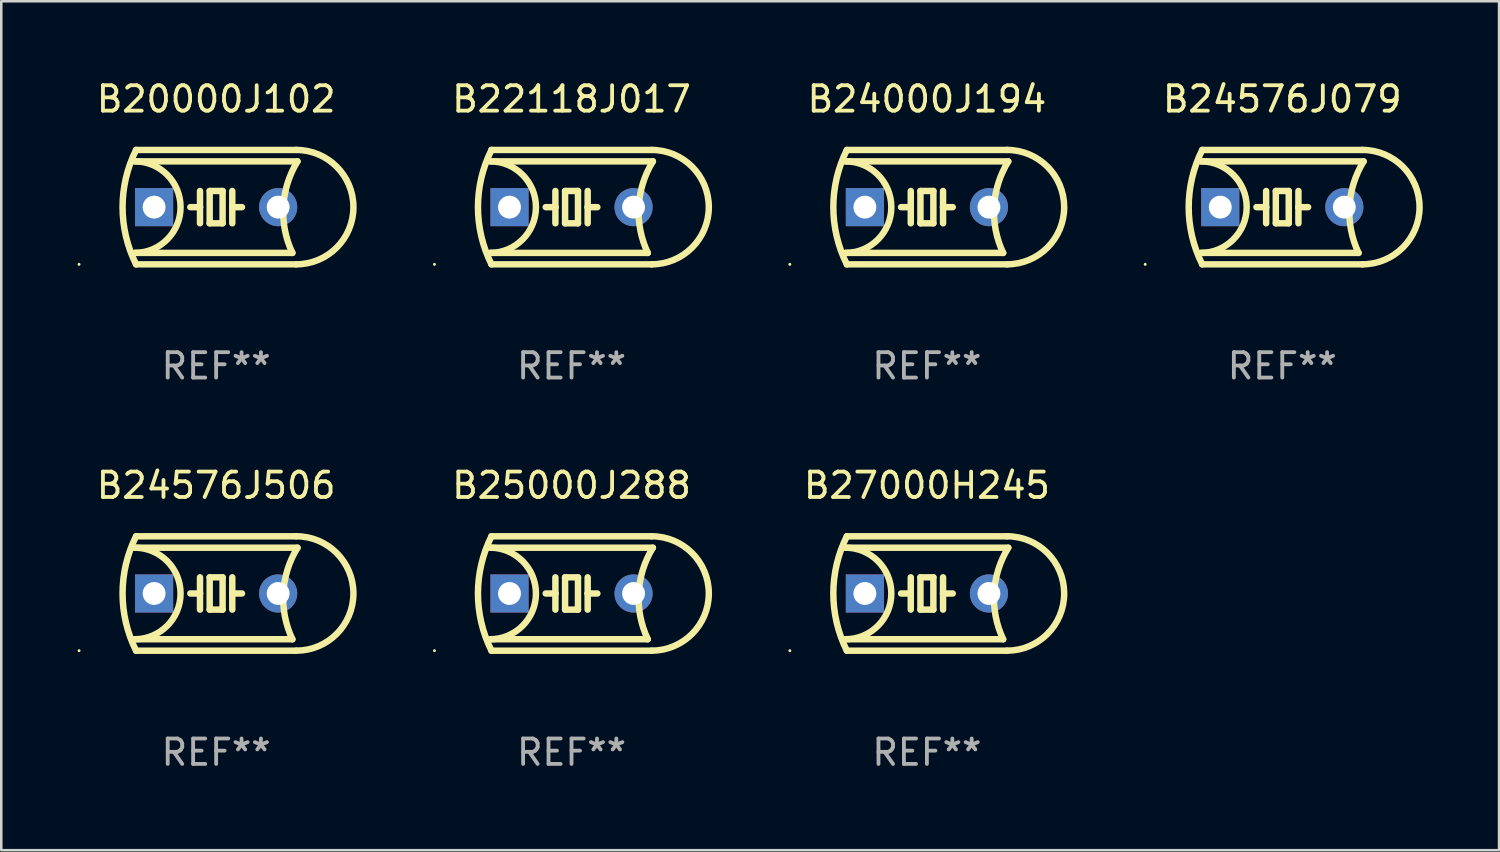
<source format=kicad_pcb>
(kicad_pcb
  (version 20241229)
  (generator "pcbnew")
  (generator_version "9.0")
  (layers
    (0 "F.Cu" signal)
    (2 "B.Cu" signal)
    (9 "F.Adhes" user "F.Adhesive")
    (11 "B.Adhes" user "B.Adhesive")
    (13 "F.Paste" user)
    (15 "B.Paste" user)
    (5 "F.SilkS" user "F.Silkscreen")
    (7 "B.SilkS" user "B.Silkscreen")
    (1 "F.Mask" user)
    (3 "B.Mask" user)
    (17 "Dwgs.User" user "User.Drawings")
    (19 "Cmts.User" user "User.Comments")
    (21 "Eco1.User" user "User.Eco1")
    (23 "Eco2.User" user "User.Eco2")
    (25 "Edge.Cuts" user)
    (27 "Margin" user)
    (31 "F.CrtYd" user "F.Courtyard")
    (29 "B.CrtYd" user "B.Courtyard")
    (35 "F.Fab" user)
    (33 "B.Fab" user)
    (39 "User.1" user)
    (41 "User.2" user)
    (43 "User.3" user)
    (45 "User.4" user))
  (footprint "B24000J194"
    (layer "F.Cu")
    (at 33.411 5.098)
    (property "Reference" "B24000J194" (at 0 -4.25 0) (layer "F.SilkS") (effects (font (size 1 1) (thickness 0.15))))
    (attr through_hole)
    (fp_line (start -3.2 -1.8) (end 3.2 -1.8) (stroke (width 0.254) (type solid)) (layer "F.SilkS"))
    (fp_line (start -3.15 2.25) (end 3.15 2.25) (stroke (width 0.254) (type solid)) (layer "F.SilkS"))
    (fp_line (start -0.635 -0.635) (end -0.635 0) (stroke (width 0.254) (type solid)) (layer "F.SilkS"))
    (fp_line (start -0.635 0) (end -1.016 0) (stroke (width 0.254) (type solid)) (layer "F.SilkS"))
    (fp_line (start -0.635 0) (end -0.635 0.635) (stroke (width 0.254) (type solid)) (layer "F.SilkS"))
    (fp_line (start -0.254 -0.635) (end -0.254 0.635) (stroke (width 0.254) (type solid)) (layer "F.SilkS"))
    (fp_line (start -0.254 0.635) (end 0.254 0.635) (stroke (width 0.254) (type solid)) (layer "F.SilkS"))
    (fp_line (start 0.254 -0.635) (end -0.254 -0.635) (stroke (width 0.254) (type solid)) (layer "F.SilkS"))
    (fp_line (start 0.254 0.635) (end 0.254 -0.635) (stroke (width 0.254) (type solid)) (layer "F.SilkS"))
    (fp_line (start 0.635 -0.635) (end 0.635 0) (stroke (width 0.254) (type solid)) (layer "F.SilkS"))
    (fp_line (start 0.635 0) (end 0.635 0.635) (stroke (width 0.254) (type solid)) (layer "F.SilkS"))
    (fp_line (start 0.635 0) (end 1.016 0) (stroke (width 0.254) (type solid)) (layer "F.SilkS"))
    (fp_line (start 3 1.8) (end -3.2 1.8) (stroke (width 0.254) (type solid)) (layer "F.SilkS"))
    (fp_line (start 3.15 -2.25) (end -3.15 -2.25) (stroke (width 0.254) (type solid)) (layer "F.SilkS"))
    (fp_arc (start -3.200406 -1.800864) (mid -1.399974 -0.000635) (end -3.2 1.8) (stroke (width 0.254001) (type solid)) (layer "F.SilkS"))
    (fp_arc (start -3.149606 2.250444) (mid -3.680941 0.000261) (end -3.149987 -2.250013) (stroke (width 0.254001) (type solid)) (layer "F.SilkS"))
    (fp_arc (start 2.999746 1.800863) (mid 2.642982 -0.024977) (end 3.2 -1.8) (stroke (width 0.254001) (type solid)) (layer "F.SilkS"))
    (fp_arc (start 3.149607 -2.250445) (mid 5.399848 -0.000406) (end 3.149987 2.250013) (stroke (width 0.254001) (type solid)) (layer "F.SilkS"))
    (fp_circle (center -5.392 2.25) (end -5.362 2.25) (stroke (width 0.06) (type solid)) (fill no) (layer "F.SilkS"))
    (fp_text user "REF**" (at 0 6.25 0) (layer "F.Fab") (effects (font (size 1 1) (thickness 0.15))))
    (pad "1" thru_hole rect (at -2.44 0) (size 1.5 1.5) (drill 0.9) (layers "*.Cu" "*.Mask"))
    (pad "2" thru_hole circle (at 2.44 0) (size 1.5 1.5) (drill 0.9) (layers "*.Cu" "*.Mask")))
  (footprint "B24576J079"
    (layer "F.Cu")
    (at 47.39 5.098)
    (property "Reference" "B24576J079" (at 0 -4.25 0) (layer "F.SilkS") (effects (font (size 1 1) (thickness 0.15))))
    (attr through_hole)
    (fp_line (start -3.2 -1.8) (end 3.2 -1.8) (stroke (width 0.254) (type solid)) (layer "F.SilkS"))
    (fp_line (start -3.15 2.25) (end 3.15 2.25) (stroke (width 0.254) (type solid)) (layer "F.SilkS"))
    (fp_line (start -0.635 -0.635) (end -0.635 0) (stroke (width 0.254) (type solid)) (layer "F.SilkS"))
    (fp_line (start -0.635 0) (end -1.016 0) (stroke (width 0.254) (type solid)) (layer "F.SilkS"))
    (fp_line (start -0.635 0) (end -0.635 0.635) (stroke (width 0.254) (type solid)) (layer "F.SilkS"))
    (fp_line (start -0.254 -0.635) (end -0.254 0.635) (stroke (width 0.254) (type solid)) (layer "F.SilkS"))
    (fp_line (start -0.254 0.635) (end 0.254 0.635) (stroke (width 0.254) (type solid)) (layer "F.SilkS"))
    (fp_line (start 0.254 -0.635) (end -0.254 -0.635) (stroke (width 0.254) (type solid)) (layer "F.SilkS"))
    (fp_line (start 0.254 0.635) (end 0.254 -0.635) (stroke (width 0.254) (type solid)) (layer "F.SilkS"))
    (fp_line (start 0.635 -0.635) (end 0.635 0) (stroke (width 0.254) (type solid)) (layer "F.SilkS"))
    (fp_line (start 0.635 0) (end 0.635 0.635) (stroke (width 0.254) (type solid)) (layer "F.SilkS"))
    (fp_line (start 0.635 0) (end 1.016 0) (stroke (width 0.254) (type solid)) (layer "F.SilkS"))
    (fp_line (start 3 1.8) (end -3.2 1.8) (stroke (width 0.254) (type solid)) (layer "F.SilkS"))
    (fp_line (start 3.15 -2.25) (end -3.15 -2.25) (stroke (width 0.254) (type solid)) (layer "F.SilkS"))
    (fp_arc (start -3.200406 -1.800864) (mid -1.399974 -0.000635) (end -3.2 1.8) (stroke (width 0.254001) (type solid)) (layer "F.SilkS"))
    (fp_arc (start -3.149606 2.250444) (mid -3.680941 0.000261) (end -3.149987 -2.250013) (stroke (width 0.254001) (type solid)) (layer "F.SilkS"))
    (fp_arc (start 2.999746 1.800863) (mid 2.642982 -0.024977) (end 3.2 -1.8) (stroke (width 0.254001) (type solid)) (layer "F.SilkS"))
    (fp_arc (start 3.149607 -2.250445) (mid 5.399848 -0.000406) (end 3.149987 2.250013) (stroke (width 0.254001) (type solid)) (layer "F.SilkS"))
    (fp_circle (center -5.392 2.25) (end -5.362 2.25) (stroke (width 0.06) (type solid)) (fill no) (layer "F.SilkS"))
    (fp_text user "REF**" (at 0 6.25 0) (layer "F.Fab") (effects (font (size 1 1) (thickness 0.15))))
    (pad "1" thru_hole rect (at -2.44 0) (size 1.5 1.5) (drill 0.9) (layers "*.Cu" "*.Mask"))
    (pad "2" thru_hole circle (at 2.44 0) (size 1.5 1.5) (drill 0.9) (layers "*.Cu" "*.Mask")))
  (footprint "B27000H245"
    (layer "F.Cu")
    (at 33.411 20.295)
    (property "Reference" "B27000H245" (at 0 -4.25 0) (layer "F.SilkS") (effects (font (size 1 1) (thickness 0.15))))
    (attr through_hole)
    (fp_line (start -3.2 -1.8) (end 3.2 -1.8) (stroke (width 0.254) (type solid)) (layer "F.SilkS"))
    (fp_line (start -3.15 2.25) (end 3.15 2.25) (stroke (width 0.254) (type solid)) (layer "F.SilkS"))
    (fp_line (start -0.635 -0.635) (end -0.635 0) (stroke (width 0.254) (type solid)) (layer "F.SilkS"))
    (fp_line (start -0.635 0) (end -1.016 0) (stroke (width 0.254) (type solid)) (layer "F.SilkS"))
    (fp_line (start -0.635 0) (end -0.635 0.635) (stroke (width 0.254) (type solid)) (layer "F.SilkS"))
    (fp_line (start -0.254 -0.635) (end -0.254 0.635) (stroke (width 0.254) (type solid)) (layer "F.SilkS"))
    (fp_line (start -0.254 0.635) (end 0.254 0.635) (stroke (width 0.254) (type solid)) (layer "F.SilkS"))
    (fp_line (start 0.254 -0.635) (end -0.254 -0.635) (stroke (width 0.254) (type solid)) (layer "F.SilkS"))
    (fp_line (start 0.254 0.635) (end 0.254 -0.635) (stroke (width 0.254) (type solid)) (layer "F.SilkS"))
    (fp_line (start 0.635 -0.635) (end 0.635 0) (stroke (width 0.254) (type solid)) (layer "F.SilkS"))
    (fp_line (start 0.635 0) (end 0.635 0.635) (stroke (width 0.254) (type solid)) (layer "F.SilkS"))
    (fp_line (start 0.635 0) (end 1.016 0) (stroke (width 0.254) (type solid)) (layer "F.SilkS"))
    (fp_line (start 3 1.8) (end -3.2 1.8) (stroke (width 0.254) (type solid)) (layer "F.SilkS"))
    (fp_line (start 3.15 -2.25) (end -3.15 -2.25) (stroke (width 0.254) (type solid)) (layer "F.SilkS"))
    (fp_arc (start -3.200406 -1.800864) (mid -1.399974 -0.000635) (end -3.2 1.8) (stroke (width 0.254001) (type solid)) (layer "F.SilkS"))
    (fp_arc (start -3.149606 2.250444) (mid -3.680941 0.000261) (end -3.149987 -2.250013) (stroke (width 0.254001) (type solid)) (layer "F.SilkS"))
    (fp_arc (start 2.999746 1.800863) (mid 2.642982 -0.024977) (end 3.2 -1.8) (stroke (width 0.254001) (type solid)) (layer "F.SilkS"))
    (fp_arc (start 3.149607 -2.250445) (mid 5.399848 -0.000406) (end 3.149987 2.250013) (stroke (width 0.254001) (type solid)) (layer "F.SilkS"))
    (fp_circle (center -5.392 2.25) (end -5.362 2.25) (stroke (width 0.06) (type solid)) (fill no) (layer "F.SilkS"))
    (fp_text user "REF**" (at 0 6.25 0) (layer "F.Fab") (effects (font (size 1 1) (thickness 0.15))))
    (pad "1" thru_hole rect (at -2.44 0) (size 1.5 1.5) (drill 0.9) (layers "*.Cu" "*.Mask"))
    (pad "2" thru_hole circle (at 2.44 0) (size 1.5 1.5) (drill 0.9) (layers "*.Cu" "*.Mask")))
  (footprint "B25000J288"
    (layer "F.Cu")
    (at 19.432 20.295)
    (property "Reference" "B25000J288" (at 0 -4.25 0) (layer "F.SilkS") (effects (font (size 1 1) (thickness 0.15))))
    (attr through_hole)
    (fp_line (start -3.2 -1.8) (end 3.2 -1.8) (stroke (width 0.254) (type solid)) (layer "F.SilkS"))
    (fp_line (start -3.15 2.25) (end 3.15 2.25) (stroke (width 0.254) (type solid)) (layer "F.SilkS"))
    (fp_line (start -0.635 -0.635) (end -0.635 0) (stroke (width 0.254) (type solid)) (layer "F.SilkS"))
    (fp_line (start -0.635 0) (end -1.016 0) (stroke (width 0.254) (type solid)) (layer "F.SilkS"))
    (fp_line (start -0.635 0) (end -0.635 0.635) (stroke (width 0.254) (type solid)) (layer "F.SilkS"))
    (fp_line (start -0.254 -0.635) (end -0.254 0.635) (stroke (width 0.254) (type solid)) (layer "F.SilkS"))
    (fp_line (start -0.254 0.635) (end 0.254 0.635) (stroke (width 0.254) (type solid)) (layer "F.SilkS"))
    (fp_line (start 0.254 -0.635) (end -0.254 -0.635) (stroke (width 0.254) (type solid)) (layer "F.SilkS"))
    (fp_line (start 0.254 0.635) (end 0.254 -0.635) (stroke (width 0.254) (type solid)) (layer "F.SilkS"))
    (fp_line (start 0.635 -0.635) (end 0.635 0) (stroke (width 0.254) (type solid)) (layer "F.SilkS"))
    (fp_line (start 0.635 0) (end 0.635 0.635) (stroke (width 0.254) (type solid)) (layer "F.SilkS"))
    (fp_line (start 0.635 0) (end 1.016 0) (stroke (width 0.254) (type solid)) (layer "F.SilkS"))
    (fp_line (start 3 1.8) (end -3.2 1.8) (stroke (width 0.254) (type solid)) (layer "F.SilkS"))
    (fp_line (start 3.15 -2.25) (end -3.15 -2.25) (stroke (width 0.254) (type solid)) (layer "F.SilkS"))
    (fp_arc (start -3.200406 -1.800864) (mid -1.399974 -0.000635) (end -3.2 1.8) (stroke (width 0.254001) (type solid)) (layer "F.SilkS"))
    (fp_arc (start -3.149606 2.250444) (mid -3.680941 0.000261) (end -3.149987 -2.250013) (stroke (width 0.254001) (type solid)) (layer "F.SilkS"))
    (fp_arc (start 2.999746 1.800863) (mid 2.642982 -0.024977) (end 3.2 -1.8) (stroke (width 0.254001) (type solid)) (layer "F.SilkS"))
    (fp_arc (start 3.149607 -2.250445) (mid 5.399848 -0.000406) (end 3.149987 2.250013) (stroke (width 0.254001) (type solid)) (layer "F.SilkS"))
    (fp_circle (center -5.392 2.25) (end -5.362 2.25) (stroke (width 0.06) (type solid)) (fill no) (layer "F.SilkS"))
    (fp_text user "REF**" (at 0 6.25 0) (layer "F.Fab") (effects (font (size 1 1) (thickness 0.15))))
    (pad "1" thru_hole rect (at -2.44 0) (size 1.5 1.5) (drill 0.9) (layers "*.Cu" "*.Mask"))
    (pad "2" thru_hole circle (at 2.44 0) (size 1.5 1.5) (drill 0.9) (layers "*.Cu" "*.Mask")))
  (footprint "B20000J102"
    (layer "F.Cu")
    (at 5.452 5.098)
    (property "Reference" "B20000J102" (at 0 -4.25 0) (layer "F.SilkS") (effects (font (size 1 1) (thickness 0.15))))
    (attr through_hole)
    (fp_line (start -3.2 -1.8) (end 3.2 -1.8) (stroke (width 0.254) (type solid)) (layer "F.SilkS"))
    (fp_line (start -3.15 2.25) (end 3.15 2.25) (stroke (width 0.254) (type solid)) (layer "F.SilkS"))
    (fp_line (start -0.635 -0.635) (end -0.635 0) (stroke (width 0.254) (type solid)) (layer "F.SilkS"))
    (fp_line (start -0.635 0) (end -1.016 0) (stroke (width 0.254) (type solid)) (layer "F.SilkS"))
    (fp_line (start -0.635 0) (end -0.635 0.635) (stroke (width 0.254) (type solid)) (layer "F.SilkS"))
    (fp_line (start -0.254 -0.635) (end -0.254 0.635) (stroke (width 0.254) (type solid)) (layer "F.SilkS"))
    (fp_line (start -0.254 0.635) (end 0.254 0.635) (stroke (width 0.254) (type solid)) (layer "F.SilkS"))
    (fp_line (start 0.254 -0.635) (end -0.254 -0.635) (stroke (width 0.254) (type solid)) (layer "F.SilkS"))
    (fp_line (start 0.254 0.635) (end 0.254 -0.635) (stroke (width 0.254) (type solid)) (layer "F.SilkS"))
    (fp_line (start 0.635 -0.635) (end 0.635 0) (stroke (width 0.254) (type solid)) (layer "F.SilkS"))
    (fp_line (start 0.635 0) (end 0.635 0.635) (stroke (width 0.254) (type solid)) (layer "F.SilkS"))
    (fp_line (start 0.635 0) (end 1.016 0) (stroke (width 0.254) (type solid)) (layer "F.SilkS"))
    (fp_line (start 3 1.8) (end -3.2 1.8) (stroke (width 0.254) (type solid)) (layer "F.SilkS"))
    (fp_line (start 3.15 -2.25) (end -3.15 -2.25) (stroke (width 0.254) (type solid)) (layer "F.SilkS"))
    (fp_arc (start -3.200406 -1.800864) (mid -1.399974 -0.000635) (end -3.2 1.8) (stroke (width 0.254001) (type solid)) (layer "F.SilkS"))
    (fp_arc (start -3.149606 2.250444) (mid -3.680941 0.000261) (end -3.149987 -2.250013) (stroke (width 0.254001) (type solid)) (layer "F.SilkS"))
    (fp_arc (start 2.999746 1.800863) (mid 2.642982 -0.024977) (end 3.2 -1.8) (stroke (width 0.254001) (type solid)) (layer "F.SilkS"))
    (fp_arc (start 3.149607 -2.250445) (mid 5.399848 -0.000406) (end 3.149987 2.250013) (stroke (width 0.254001) (type solid)) (layer "F.SilkS"))
    (fp_circle (center -5.392 2.25) (end -5.362 2.25) (stroke (width 0.06) (type solid)) (fill no) (layer "F.SilkS"))
    (fp_text user "REF**" (at 0 6.25 0) (layer "F.Fab") (effects (font (size 1 1) (thickness 0.15))))
    (pad "1" thru_hole rect (at -2.44 0) (size 1.5 1.5) (drill 0.9) (layers "*.Cu" "*.Mask"))
    (pad "2" thru_hole circle (at 2.44 0) (size 1.5 1.5) (drill 0.9) (layers "*.Cu" "*.Mask")))
  (footprint "B24576J506"
    (layer "F.Cu")
    (at 5.452 20.295)
    (property "Reference" "B24576J506" (at 0 -4.25 0) (layer "F.SilkS") (effects (font (size 1 1) (thickness 0.15))))
    (attr through_hole)
    (fp_line (start -3.2 -1.8) (end 3.2 -1.8) (stroke (width 0.254) (type solid)) (layer "F.SilkS"))
    (fp_line (start -3.15 2.25) (end 3.15 2.25) (stroke (width 0.254) (type solid)) (layer "F.SilkS"))
    (fp_line (start -0.635 -0.635) (end -0.635 0) (stroke (width 0.254) (type solid)) (layer "F.SilkS"))
    (fp_line (start -0.635 0) (end -1.016 0) (stroke (width 0.254) (type solid)) (layer "F.SilkS"))
    (fp_line (start -0.635 0) (end -0.635 0.635) (stroke (width 0.254) (type solid)) (layer "F.SilkS"))
    (fp_line (start -0.254 -0.635) (end -0.254 0.635) (stroke (width 0.254) (type solid)) (layer "F.SilkS"))
    (fp_line (start -0.254 0.635) (end 0.254 0.635) (stroke (width 0.254) (type solid)) (layer "F.SilkS"))
    (fp_line (start 0.254 -0.635) (end -0.254 -0.635) (stroke (width 0.254) (type solid)) (layer "F.SilkS"))
    (fp_line (start 0.254 0.635) (end 0.254 -0.635) (stroke (width 0.254) (type solid)) (layer "F.SilkS"))
    (fp_line (start 0.635 -0.635) (end 0.635 0) (stroke (width 0.254) (type solid)) (layer "F.SilkS"))
    (fp_line (start 0.635 0) (end 0.635 0.635) (stroke (width 0.254) (type solid)) (layer "F.SilkS"))
    (fp_line (start 0.635 0) (end 1.016 0) (stroke (width 0.254) (type solid)) (layer "F.SilkS"))
    (fp_line (start 3 1.8) (end -3.2 1.8) (stroke (width 0.254) (type solid)) (layer "F.SilkS"))
    (fp_line (start 3.15 -2.25) (end -3.15 -2.25) (stroke (width 0.254) (type solid)) (layer "F.SilkS"))
    (fp_arc (start -3.200406 -1.800864) (mid -1.399974 -0.000635) (end -3.2 1.8) (stroke (width 0.254001) (type solid)) (layer "F.SilkS"))
    (fp_arc (start -3.149606 2.250444) (mid -3.680941 0.000261) (end -3.149987 -2.250013) (stroke (width 0.254001) (type solid)) (layer "F.SilkS"))
    (fp_arc (start 2.999746 1.800863) (mid 2.642982 -0.024977) (end 3.2 -1.8) (stroke (width 0.254001) (type solid)) (layer "F.SilkS"))
    (fp_arc (start 3.149607 -2.250445) (mid 5.399848 -0.000406) (end 3.149987 2.250013) (stroke (width 0.254001) (type solid)) (layer "F.SilkS"))
    (fp_circle (center -5.392 2.25) (end -5.362 2.25) (stroke (width 0.06) (type solid)) (fill no) (layer "F.SilkS"))
    (fp_text user "REF**" (at 0 6.25 0) (layer "F.Fab") (effects (font (size 1 1) (thickness 0.15))))
    (pad "1" thru_hole rect (at -2.44 0) (size 1.5 1.5) (drill 0.9) (layers "*.Cu" "*.Mask"))
    (pad "2" thru_hole circle (at 2.44 0) (size 1.5 1.5) (drill 0.9) (layers "*.Cu" "*.Mask")))
  (footprint "B22118J017"
    (layer "F.Cu")
    (at 19.432 5.098)
    (property "Reference" "B22118J017" (at 0 -4.25 0) (layer "F.SilkS") (effects (font (size 1 1) (thickness 0.15))))
    (attr through_hole)
    (fp_line (start -3.2 -1.8) (end 3.2 -1.8) (stroke (width 0.254) (type solid)) (layer "F.SilkS"))
    (fp_line (start -3.15 2.25) (end 3.15 2.25) (stroke (width 0.254) (type solid)) (layer "F.SilkS"))
    (fp_line (start -0.635 -0.635) (end -0.635 0) (stroke (width 0.254) (type solid)) (layer "F.SilkS"))
    (fp_line (start -0.635 0) (end -1.016 0) (stroke (width 0.254) (type solid)) (layer "F.SilkS"))
    (fp_line (start -0.635 0) (end -0.635 0.635) (stroke (width 0.254) (type solid)) (layer "F.SilkS"))
    (fp_line (start -0.254 -0.635) (end -0.254 0.635) (stroke (width 0.254) (type solid)) (layer "F.SilkS"))
    (fp_line (start -0.254 0.635) (end 0.254 0.635) (stroke (width 0.254) (type solid)) (layer "F.SilkS"))
    (fp_line (start 0.254 -0.635) (end -0.254 -0.635) (stroke (width 0.254) (type solid)) (layer "F.SilkS"))
    (fp_line (start 0.254 0.635) (end 0.254 -0.635) (stroke (width 0.254) (type solid)) (layer "F.SilkS"))
    (fp_line (start 0.635 -0.635) (end 0.635 0) (stroke (width 0.254) (type solid)) (layer "F.SilkS"))
    (fp_line (start 0.635 0) (end 0.635 0.635) (stroke (width 0.254) (type solid)) (layer "F.SilkS"))
    (fp_line (start 0.635 0) (end 1.016 0) (stroke (width 0.254) (type solid)) (layer "F.SilkS"))
    (fp_line (start 3 1.8) (end -3.2 1.8) (stroke (width 0.254) (type solid)) (layer "F.SilkS"))
    (fp_line (start 3.15 -2.25) (end -3.15 -2.25) (stroke (width 0.254) (type solid)) (layer "F.SilkS"))
    (fp_arc (start -3.200406 -1.800864) (mid -1.399974 -0.000635) (end -3.2 1.8) (stroke (width 0.254001) (type solid)) (layer "F.SilkS"))
    (fp_arc (start -3.149606 2.250444) (mid -3.680941 0.000261) (end -3.149987 -2.250013) (stroke (width 0.254001) (type solid)) (layer "F.SilkS"))
    (fp_arc (start 2.999746 1.800863) (mid 2.642982 -0.024977) (end 3.2 -1.8) (stroke (width 0.254001) (type solid)) (layer "F.SilkS"))
    (fp_arc (start 3.149607 -2.250445) (mid 5.399848 -0.000406) (end 3.149987 2.250013) (stroke (width 0.254001) (type solid)) (layer "F.SilkS"))
    (fp_circle (center -5.392 2.25) (end -5.362 2.25) (stroke (width 0.06) (type solid)) (fill no) (layer "F.SilkS"))
    (fp_text user "REF**" (at 0 6.25 0) (layer "F.Fab") (effects (font (size 1 1) (thickness 0.15))))
    (pad "1" thru_hole rect (at -2.44 0) (size 1.5 1.5) (drill 0.9) (layers "*.Cu" "*.Mask"))
    (pad "2" thru_hole circle (at 2.44 0) (size 1.5 1.5) (drill 0.9) (layers "*.Cu" "*.Mask")))
  (gr_rect
    (start -3 -3)
    (end 55.917 30.393)
    (stroke (width 0.1) (type default))
    (fill no)
    (layer "Edge.Cuts")))
</source>
